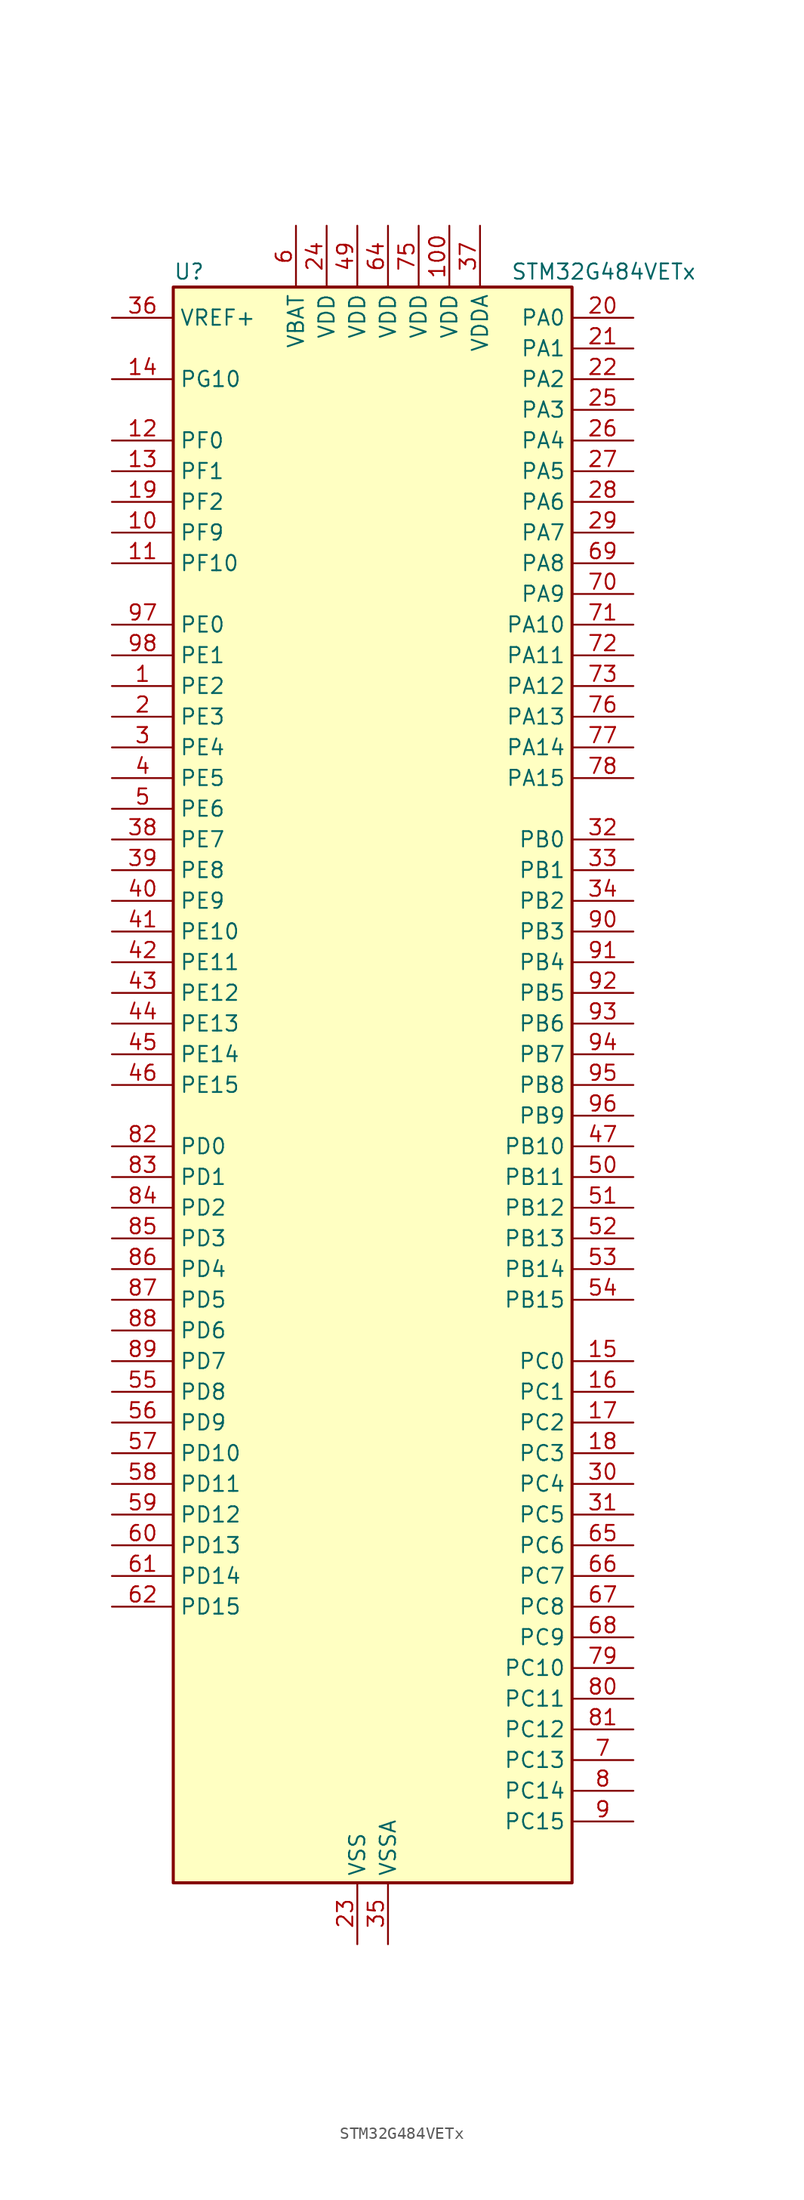
<source format=kicad_sym>
(kicad_symbol_lib
  (version 20220914)
  (generator kicad_symbol_editor)
  (symbol "STM32G484VETx"
    (property "Reference" "U"
      (at -15.24 67.31 0)
      (effects (font (size 1.27 1.27)) (justify left)))
    (property "Value" "STM32G484VETx"
      (at 12.7 67.31 0)
      (effects (font (size 1.27 1.27)) (justify left)))
    (property "ki_locked" ""
      (at 0 0 0)
      (effects (font (size 1.27 1.27))))
    (symbol "STM32G484VETx_0_1"
      (rectangle (start -15.24 -66.04) (end 17.78 66.04) (stroke (width 0.254) (type default)) (fill (type background))))
    (symbol "STM32G484VETx_1_1"
      (pin bidirectional line (at -20.32 33.02 0) (length 5.08) (name "PE2" (effects (font (size 1.27 1.27)))) (number "1" (effects (font (size 1.27 1.27)))) (alternate "ADC3_EXTI2" bidirectional line) (alternate "ADC4_EXTI2" bidirectional line) (alternate "ADC5_EXTI2" bidirectional line) (alternate "FMC_A23" bidirectional line) (alternate "SAI1_CK1" bidirectional line) (alternate "SAI1_MCLK_A" bidirectional line) (alternate "SPI4_SCK" bidirectional line) (alternate "SYS_TRACECLK" bidirectional line) (alternate "TIM20_CH1" bidirectional line) (alternate "TIM3_CH1" bidirectional line))
      (pin bidirectional line (at -20.32 45.72 0) (length 5.08) (name "PF9" (effects (font (size 1.27 1.27)))) (number "10" (effects (font (size 1.27 1.27)))) (alternate "DAC1_EXTI9" bidirectional line) (alternate "DAC2_EXTI9" bidirectional line) (alternate "DAC3_EXTI9" bidirectional line) (alternate "DAC4_EXTI9" bidirectional line) (alternate "FMC_A25" bidirectional line) (alternate "QUADSPI1_BK1_IO1" bidirectional line) (alternate "SAI1_FS_B" bidirectional line) (alternate "SPI2_SCK" bidirectional line) (alternate "TIM15_CH1" bidirectional line) (alternate "TIM20_BKIN" bidirectional line) (alternate "TIM5_CH4" bidirectional line))
      (pin power_in line (at 7.62 71.12 270) (length 5.08) (name "VDD" (effects (font (size 1.27 1.27)))) (number "100" (effects (font (size 1.27 1.27)))))
      (pin bidirectional line (at -20.32 43.18 0) (length 5.08) (name "PF10" (effects (font (size 1.27 1.27)))) (number "11" (effects (font (size 1.27 1.27)))) (alternate "DAC1_EXTI10" bidirectional line) (alternate "DAC2_EXTI10" bidirectional line) (alternate "DAC3_EXTI10" bidirectional line) (alternate "DAC4_EXTI10" bidirectional line) (alternate "FMC_A0" bidirectional line) (alternate "QUADSPI1_CLK" bidirectional line) (alternate "SAI1_D3" bidirectional line) (alternate "SPI2_SCK" bidirectional line) (alternate "TIM15_CH2" bidirectional line) (alternate "TIM20_BKIN2" bidirectional line))
      (pin bidirectional line (at -20.32 53.34 0) (length 5.08) (name "PF0" (effects (font (size 1.27 1.27)))) (number "12" (effects (font (size 1.27 1.27)))) (alternate "ADC1_IN10" bidirectional line) (alternate "I2C2_SDA" bidirectional line) (alternate "I2S2_WS" bidirectional line) (alternate "RCC_OSC_IN" bidirectional line) (alternate "SPI2_NSS" bidirectional line) (alternate "TIM1_CH3N" bidirectional line))
      (pin bidirectional line (at -20.32 50.8 0) (length 5.08) (name "PF1" (effects (font (size 1.27 1.27)))) (number "13" (effects (font (size 1.27 1.27)))) (alternate "ADC2_IN10" bidirectional line) (alternate "COMP3_INM" bidirectional line) (alternate "I2S2_CK" bidirectional line) (alternate "RCC_OSC_OUT" bidirectional line) (alternate "SPI2_SCK" bidirectional line))
      (pin bidirectional line (at -20.32 58.42 0) (length 5.08) (name "PG10" (effects (font (size 1.27 1.27)))) (number "14" (effects (font (size 1.27 1.27)))) (alternate "DAC1_EXTI10" bidirectional line) (alternate "DAC2_EXTI10" bidirectional line) (alternate "DAC3_EXTI10" bidirectional line) (alternate "DAC4_EXTI10" bidirectional line) (alternate "RCC_MCO" bidirectional line))
      (pin bidirectional line (at 22.86 -22.86 180) (length 5.08) (name "PC0" (effects (font (size 1.27 1.27)))) (number "15" (effects (font (size 1.27 1.27)))) (alternate "ADC1_IN6" bidirectional line) (alternate "ADC2_IN6" bidirectional line) (alternate "COMP3_INM" bidirectional line) (alternate "LPTIM1_IN1" bidirectional line) (alternate "LPUART1_RX" bidirectional line) (alternate "TIM1_CH1" bidirectional line))
      (pin bidirectional line (at 22.86 -25.4 180) (length 5.08) (name "PC1" (effects (font (size 1.27 1.27)))) (number "16" (effects (font (size 1.27 1.27)))) (alternate "ADC1_IN7" bidirectional line) (alternate "ADC2_IN7" bidirectional line) (alternate "COMP3_INP" bidirectional line) (alternate "LPTIM1_OUT" bidirectional line) (alternate "LPUART1_TX" bidirectional line) (alternate "QUADSPI1_BK2_IO0" bidirectional line) (alternate "SAI1_SD_A" bidirectional line) (alternate "TIM1_CH2" bidirectional line))
      (pin bidirectional line (at 22.86 -27.94 180) (length 5.08) (name "PC2" (effects (font (size 1.27 1.27)))) (number "17" (effects (font (size 1.27 1.27)))) (alternate "ADC1_IN8" bidirectional line) (alternate "ADC2_IN8" bidirectional line) (alternate "ADC3_EXTI2" bidirectional line) (alternate "ADC4_EXTI2" bidirectional line) (alternate "ADC5_EXTI2" bidirectional line) (alternate "COMP3_OUT" bidirectional line) (alternate "LPTIM1_IN2" bidirectional line) (alternate "QUADSPI1_BK2_IO1" bidirectional line) (alternate "TIM1_CH3" bidirectional line) (alternate "TIM20_CH2" bidirectional line))
      (pin bidirectional line (at 22.86 -30.48 180) (length 5.08) (name "PC3" (effects (font (size 1.27 1.27)))) (number "18" (effects (font (size 1.27 1.27)))) (alternate "ADC1_IN9" bidirectional line) (alternate "ADC2_IN9" bidirectional line) (alternate "ADC3_EXTI3" bidirectional line) (alternate "ADC4_EXTI3" bidirectional line) (alternate "ADC5_EXTI3" bidirectional line) (alternate "LPTIM1_ETR" bidirectional line) (alternate "OPAMP5_VINP" bidirectional line) (alternate "OPAMP5_VINP_SEC" bidirectional line) (alternate "QUADSPI1_BK2_IO2" bidirectional line) (alternate "SAI1_D1" bidirectional line) (alternate "SAI1_SD_A" bidirectional line) (alternate "TIM1_BKIN2" bidirectional line) (alternate "TIM1_CH4" bidirectional line))
      (pin bidirectional line (at -20.32 48.26 0) (length 5.08) (name "PF2" (effects (font (size 1.27 1.27)))) (number "19" (effects (font (size 1.27 1.27)))) (alternate "ADC3_EXTI2" bidirectional line) (alternate "ADC4_EXTI2" bidirectional line) (alternate "ADC5_EXTI2" bidirectional line) (alternate "FMC_A2" bidirectional line) (alternate "I2C2_SMBA" bidirectional line) (alternate "TIM20_CH3" bidirectional line))
      (pin bidirectional line (at -20.32 30.48 0) (length 5.08) (name "PE3" (effects (font (size 1.27 1.27)))) (number "2" (effects (font (size 1.27 1.27)))) (alternate "ADC3_EXTI3" bidirectional line) (alternate "ADC4_EXTI3" bidirectional line) (alternate "ADC5_EXTI3" bidirectional line) (alternate "FMC_A19" bidirectional line) (alternate "SAI1_SD_B" bidirectional line) (alternate "SPI4_NSS" bidirectional line) (alternate "SYS_TRACED0" bidirectional line) (alternate "TIM20_CH2" bidirectional line) (alternate "TIM3_CH2" bidirectional line))
      (pin bidirectional line (at 22.86 63.5 180) (length 5.08) (name "PA0" (effects (font (size 1.27 1.27)))) (number "20" (effects (font (size 1.27 1.27)))) (alternate "ADC1_IN1" bidirectional line) (alternate "ADC2_IN1" bidirectional line) (alternate "COMP1_INM" bidirectional line) (alternate "COMP1_OUT" bidirectional line) (alternate "COMP3_INP" bidirectional line) (alternate "RTC_TAMP2" bidirectional line) (alternate "SYS_WKUP1" bidirectional line) (alternate "TIM2_CH1" bidirectional line) (alternate "TIM2_ETR" bidirectional line) (alternate "TIM5_CH1" bidirectional line) (alternate "TIM8_BKIN" bidirectional line) (alternate "TIM8_ETR" bidirectional line) (alternate "USART2_CTS" bidirectional line) (alternate "USART2_NSS" bidirectional line))
      (pin bidirectional line (at 22.86 60.96 180) (length 5.08) (name "PA1" (effects (font (size 1.27 1.27)))) (number "21" (effects (font (size 1.27 1.27)))) (alternate "ADC1_IN2" bidirectional line) (alternate "ADC2_IN2" bidirectional line) (alternate "COMP1_INP" bidirectional line) (alternate "OPAMP1_VINP" bidirectional line) (alternate "OPAMP1_VINP_SEC" bidirectional line) (alternate "OPAMP3_VINP" bidirectional line) (alternate "OPAMP3_VINP_SEC" bidirectional line) (alternate "OPAMP6_VINM" bidirectional line) (alternate "OPAMP6_VINM0" bidirectional line) (alternate "OPAMP6_VINM_SEC" bidirectional line) (alternate "RTC_REFIN" bidirectional line) (alternate "TIM15_CH1N" bidirectional line) (alternate "TIM2_CH2" bidirectional line) (alternate "TIM5_CH2" bidirectional line) (alternate "USART2_DE" bidirectional line) (alternate "USART2_RTS" bidirectional line))
      (pin bidirectional line (at 22.86 58.42 180) (length 5.08) (name "PA2" (effects (font (size 1.27 1.27)))) (number "22" (effects (font (size 1.27 1.27)))) (alternate "ADC1_IN3" bidirectional line) (alternate "ADC3_EXTI2" bidirectional line) (alternate "ADC4_EXTI2" bidirectional line) (alternate "ADC5_EXTI2" bidirectional line) (alternate "COMP2_INM" bidirectional line) (alternate "COMP2_OUT" bidirectional line) (alternate "LPUART1_TX" bidirectional line) (alternate "OPAMP1_VOUT" bidirectional line) (alternate "QUADSPI1_BK1_NCS" bidirectional line) (alternate "RCC_LSCO" bidirectional line) (alternate "SYS_WKUP4" bidirectional line) (alternate "TIM15_CH1" bidirectional line) (alternate "TIM2_CH3" bidirectional line) (alternate "TIM5_CH3" bidirectional line) (alternate "UCPD1_FRSTX1" bidirectional line) (alternate "UCPD1_FRSTX2" bidirectional line) (alternate "USART2_TX" bidirectional line))
      (pin power_in line (at 0 -71.12 90) (length 5.08) (name "VSS" (effects (font (size 1.27 1.27)))) (number "23" (effects (font (size 1.27 1.27)))))
      (pin power_in line (at -2.54 71.12 270) (length 5.08) (name "VDD" (effects (font (size 1.27 1.27)))) (number "24" (effects (font (size 1.27 1.27)))))
      (pin bidirectional line (at 22.86 55.88 180) (length 5.08) (name "PA3" (effects (font (size 1.27 1.27)))) (number "25" (effects (font (size 1.27 1.27)))) (alternate "ADC1_IN4" bidirectional line) (alternate "ADC3_EXTI3" bidirectional line) (alternate "ADC4_EXTI3" bidirectional line) (alternate "ADC5_EXTI3" bidirectional line) (alternate "COMP2_INP" bidirectional line) (alternate "LPUART1_RX" bidirectional line) (alternate "OPAMP1_VINM" bidirectional line) (alternate "OPAMP1_VINM0" bidirectional line) (alternate "OPAMP1_VINM_SEC" bidirectional line) (alternate "OPAMP1_VINP" bidirectional line) (alternate "OPAMP1_VINP_SEC" bidirectional line) (alternate "OPAMP5_VINM" bidirectional line) (alternate "OPAMP5_VINM1" bidirectional line) (alternate "OPAMP5_VINM_SEC" bidirectional line) (alternate "QUADSPI1_CLK" bidirectional line) (alternate "SAI1_CK1" bidirectional line) (alternate "SAI1_MCLK_A" bidirectional line) (alternate "TIM15_CH2" bidirectional line) (alternate "TIM2_CH4" bidirectional line) (alternate "TIM5_CH4" bidirectional line) (alternate "USART2_RX" bidirectional line))
      (pin bidirectional line (at 22.86 53.34 180) (length 5.08) (name "PA4" (effects (font (size 1.27 1.27)))) (number "26" (effects (font (size 1.27 1.27)))) (alternate "ADC2_IN17" bidirectional line) (alternate "COMP1_INM" bidirectional line) (alternate "DAC1_OUT1" bidirectional line) (alternate "I2S3_WS" bidirectional line) (alternate "SAI1_FS_B" bidirectional line) (alternate "SPI1_NSS" bidirectional line) (alternate "SPI3_NSS" bidirectional line) (alternate "TIM3_CH2" bidirectional line) (alternate "USART2_CK" bidirectional line))
      (pin bidirectional line (at 22.86 50.8 180) (length 5.08) (name "PA5" (effects (font (size 1.27 1.27)))) (number "27" (effects (font (size 1.27 1.27)))) (alternate "ADC2_IN13" bidirectional line) (alternate "COMP2_INM" bidirectional line) (alternate "DAC1_OUT2" bidirectional line) (alternate "OPAMP2_VINM" bidirectional line) (alternate "OPAMP2_VINM0" bidirectional line) (alternate "OPAMP2_VINM_SEC" bidirectional line) (alternate "SPI1_SCK" bidirectional line) (alternate "TIM2_CH1" bidirectional line) (alternate "TIM2_ETR" bidirectional line) (alternate "UCPD1_FRSTX1" bidirectional line) (alternate "UCPD1_FRSTX2" bidirectional line))
      (pin bidirectional line (at 22.86 48.26 180) (length 5.08) (name "PA6" (effects (font (size 1.27 1.27)))) (number "28" (effects (font (size 1.27 1.27)))) (alternate "ADC2_IN3" bidirectional line) (alternate "COMP1_OUT" bidirectional line) (alternate "DAC2_OUT1" bidirectional line) (alternate "LPUART1_CTS" bidirectional line) (alternate "OPAMP2_VOUT" bidirectional line) (alternate "QUADSPI1_BK1_IO3" bidirectional line) (alternate "SPI1_MISO" bidirectional line) (alternate "TIM16_CH1" bidirectional line) (alternate "TIM1_BKIN" bidirectional line) (alternate "TIM3_CH1" bidirectional line) (alternate "TIM8_BKIN" bidirectional line))
      (pin bidirectional line (at 22.86 45.72 180) (length 5.08) (name "PA7" (effects (font (size 1.27 1.27)))) (number "29" (effects (font (size 1.27 1.27)))) (alternate "ADC2_IN4" bidirectional line) (alternate "COMP2_INP" bidirectional line) (alternate "COMP2_OUT" bidirectional line) (alternate "OPAMP1_VINP" bidirectional line) (alternate "OPAMP1_VINP_SEC" bidirectional line) (alternate "OPAMP2_VINP" bidirectional line) (alternate "OPAMP2_VINP_SEC" bidirectional line) (alternate "QUADSPI1_BK1_IO2" bidirectional line) (alternate "SPI1_MOSI" bidirectional line) (alternate "TIM17_CH1" bidirectional line) (alternate "TIM1_CH1N" bidirectional line) (alternate "TIM3_CH2" bidirectional line) (alternate "TIM8_CH1N" bidirectional line) (alternate "UCPD1_FRSTX1" bidirectional line) (alternate "UCPD1_FRSTX2" bidirectional line))
      (pin bidirectional line (at -20.32 27.94 0) (length 5.08) (name "PE4" (effects (font (size 1.27 1.27)))) (number "3" (effects (font (size 1.27 1.27)))) (alternate "FMC_A20" bidirectional line) (alternate "SAI1_D2" bidirectional line) (alternate "SAI1_FS_A" bidirectional line) (alternate "SPI4_NSS" bidirectional line) (alternate "SYS_TRACED1" bidirectional line) (alternate "TIM20_CH1N" bidirectional line) (alternate "TIM3_CH3" bidirectional line))
      (pin bidirectional line (at 22.86 -33.02 180) (length 5.08) (name "PC4" (effects (font (size 1.27 1.27)))) (number "30" (effects (font (size 1.27 1.27)))) (alternate "ADC2_IN5" bidirectional line) (alternate "I2C2_SCL" bidirectional line) (alternate "QUADSPI1_BK2_IO3" bidirectional line) (alternate "TIM1_ETR" bidirectional line) (alternate "USART1_TX" bidirectional line))
      (pin bidirectional line (at 22.86 -35.56 180) (length 5.08) (name "PC5" (effects (font (size 1.27 1.27)))) (number "31" (effects (font (size 1.27 1.27)))) (alternate "ADC2_IN11" bidirectional line) (alternate "HRTIM1_EEV10" bidirectional line) (alternate "OPAMP1_VINM" bidirectional line) (alternate "OPAMP1_VINM1" bidirectional line) (alternate "OPAMP1_VINM_SEC" bidirectional line) (alternate "OPAMP2_VINM" bidirectional line) (alternate "OPAMP2_VINM1" bidirectional line) (alternate "OPAMP2_VINM_SEC" bidirectional line) (alternate "SAI1_D3" bidirectional line) (alternate "SYS_WKUP5" bidirectional line) (alternate "TIM15_BKIN" bidirectional line) (alternate "TIM1_CH4N" bidirectional line) (alternate "USART1_RX" bidirectional line))
      (pin bidirectional line (at 22.86 20.32 180) (length 5.08) (name "PB0" (effects (font (size 1.27 1.27)))) (number "32" (effects (font (size 1.27 1.27)))) (alternate "ADC1_IN15" bidirectional line) (alternate "ADC3_IN12" bidirectional line) (alternate "COMP4_INP" bidirectional line) (alternate "HRTIM1_FLT5" bidirectional line) (alternate "OPAMP2_VINP" bidirectional line) (alternate "OPAMP2_VINP_SEC" bidirectional line) (alternate "OPAMP3_VINP" bidirectional line) (alternate "OPAMP3_VINP_SEC" bidirectional line) (alternate "QUADSPI1_BK1_IO1" bidirectional line) (alternate "TIM1_CH2N" bidirectional line) (alternate "TIM3_CH3" bidirectional line) (alternate "TIM8_CH2N" bidirectional line) (alternate "UCPD1_FRSTX1" bidirectional line) (alternate "UCPD1_FRSTX2" bidirectional line))
      (pin bidirectional line (at 22.86 17.78 180) (length 5.08) (name "PB1" (effects (font (size 1.27 1.27)))) (number "33" (effects (font (size 1.27 1.27)))) (alternate "ADC1_IN12" bidirectional line) (alternate "ADC3_IN1" bidirectional line) (alternate "COMP1_INP" bidirectional line) (alternate "COMP4_OUT" bidirectional line) (alternate "HRTIM1_SCOUT" bidirectional line) (alternate "LPUART1_DE" bidirectional line) (alternate "LPUART1_RTS" bidirectional line) (alternate "OPAMP3_VOUT" bidirectional line) (alternate "OPAMP6_VINM" bidirectional line) (alternate "OPAMP6_VINM1" bidirectional line) (alternate "OPAMP6_VINM_SEC" bidirectional line) (alternate "QUADSPI1_BK1_IO0" bidirectional line) (alternate "TIM1_CH3N" bidirectional line) (alternate "TIM3_CH4" bidirectional line) (alternate "TIM8_CH3N" bidirectional line))
      (pin bidirectional line (at 22.86 15.24 180) (length 5.08) (name "PB2" (effects (font (size 1.27 1.27)))) (number "34" (effects (font (size 1.27 1.27)))) (alternate "ADC2_IN12" bidirectional line) (alternate "ADC3_EXTI2" bidirectional line) (alternate "ADC4_EXTI2" bidirectional line) (alternate "ADC5_EXTI2" bidirectional line) (alternate "COMP4_INM" bidirectional line) (alternate "HRTIM1_SCIN" bidirectional line) (alternate "I2C3_SMBA" bidirectional line) (alternate "LPTIM1_OUT" bidirectional line) (alternate "OPAMP3_VINM" bidirectional line) (alternate "OPAMP3_VINM0" bidirectional line) (alternate "OPAMP3_VINM_SEC" bidirectional line) (alternate "QUADSPI1_BK2_IO1" bidirectional line) (alternate "RTC_OUT2" bidirectional line) (alternate "TIM20_CH1" bidirectional line) (alternate "TIM5_CH1" bidirectional line))
      (pin power_in line (at 2.54 -71.12 90) (length 5.08) (name "VSSA" (effects (font (size 1.27 1.27)))) (number "35" (effects (font (size 1.27 1.27)))))
      (pin input line (at -20.32 63.5 0) (length 5.08) (name "VREF+" (effects (font (size 1.27 1.27)))) (number "36" (effects (font (size 1.27 1.27)))) (alternate "VREFBUF_OUT" bidirectional line))
      (pin power_in line (at 10.16 71.12 270) (length 5.08) (name "VDDA" (effects (font (size 1.27 1.27)))) (number "37" (effects (font (size 1.27 1.27)))))
      (pin bidirectional line (at -20.32 20.32 0) (length 5.08) (name "PE7" (effects (font (size 1.27 1.27)))) (number "38" (effects (font (size 1.27 1.27)))) (alternate "ADC3_IN4" bidirectional line) (alternate "COMP4_INP" bidirectional line) (alternate "FMC_D4" bidirectional line) (alternate "FMC_DA4" bidirectional line) (alternate "SAI1_SD_B" bidirectional line) (alternate "TIM1_ETR" bidirectional line))
      (pin bidirectional line (at -20.32 17.78 0) (length 5.08) (name "PE8" (effects (font (size 1.27 1.27)))) (number "39" (effects (font (size 1.27 1.27)))) (alternate "ADC3_IN6" bidirectional line) (alternate "ADC4_IN6" bidirectional line) (alternate "ADC5_IN6" bidirectional line) (alternate "COMP4_INM" bidirectional line) (alternate "FMC_D5" bidirectional line) (alternate "FMC_DA5" bidirectional line) (alternate "SAI1_SCK_B" bidirectional line) (alternate "TIM1_CH1N" bidirectional line) (alternate "TIM5_CH3" bidirectional line))
      (pin bidirectional line (at -20.32 25.4 0) (length 5.08) (name "PE5" (effects (font (size 1.27 1.27)))) (number "4" (effects (font (size 1.27 1.27)))) (alternate "FMC_A21" bidirectional line) (alternate "SAI1_CK2" bidirectional line) (alternate "SAI1_SCK_A" bidirectional line) (alternate "SPI4_MISO" bidirectional line) (alternate "SYS_TRACED2" bidirectional line) (alternate "TIM20_CH2N" bidirectional line) (alternate "TIM3_CH4" bidirectional line))
      (pin bidirectional line (at -20.32 15.24 0) (length 5.08) (name "PE9" (effects (font (size 1.27 1.27)))) (number "40" (effects (font (size 1.27 1.27)))) (alternate "ADC3_IN2" bidirectional line) (alternate "DAC1_EXTI9" bidirectional line) (alternate "DAC2_EXTI9" bidirectional line) (alternate "DAC3_EXTI9" bidirectional line) (alternate "DAC4_EXTI9" bidirectional line) (alternate "FMC_D6" bidirectional line) (alternate "FMC_DA6" bidirectional line) (alternate "SAI1_FS_B" bidirectional line) (alternate "TIM1_CH1" bidirectional line) (alternate "TIM5_CH4" bidirectional line))
      (pin bidirectional line (at -20.32 12.7 0) (length 5.08) (name "PE10" (effects (font (size 1.27 1.27)))) (number "41" (effects (font (size 1.27 1.27)))) (alternate "ADC3_IN14" bidirectional line) (alternate "ADC4_IN14" bidirectional line) (alternate "ADC5_IN14" bidirectional line) (alternate "DAC1_EXTI10" bidirectional line) (alternate "DAC2_EXTI10" bidirectional line) (alternate "DAC3_EXTI10" bidirectional line) (alternate "DAC4_EXTI10" bidirectional line) (alternate "FMC_D7" bidirectional line) (alternate "FMC_DA7" bidirectional line) (alternate "QUADSPI1_CLK" bidirectional line) (alternate "SAI1_MCLK_B" bidirectional line) (alternate "TIM1_CH2N" bidirectional line))
      (pin bidirectional line (at -20.32 10.16 0) (length 5.08) (name "PE11" (effects (font (size 1.27 1.27)))) (number "42" (effects (font (size 1.27 1.27)))) (alternate "ADC1_EXTI11" bidirectional line) (alternate "ADC2_EXTI11" bidirectional line) (alternate "ADC3_IN15" bidirectional line) (alternate "ADC4_IN15" bidirectional line) (alternate "ADC5_IN15" bidirectional line) (alternate "FMC_D8" bidirectional line) (alternate "FMC_DA8" bidirectional line) (alternate "QUADSPI1_BK1_NCS" bidirectional line) (alternate "SPI4_NSS" bidirectional line) (alternate "TIM1_CH2" bidirectional line))
      (pin bidirectional line (at -20.32 7.62 0) (length 5.08) (name "PE12" (effects (font (size 1.27 1.27)))) (number "43" (effects (font (size 1.27 1.27)))) (alternate "ADC3_IN16" bidirectional line) (alternate "ADC4_IN16" bidirectional line) (alternate "ADC5_IN16" bidirectional line) (alternate "FMC_D9" bidirectional line) (alternate "FMC_DA9" bidirectional line) (alternate "QUADSPI1_BK1_IO0" bidirectional line) (alternate "SPI4_SCK" bidirectional line) (alternate "TIM1_CH3N" bidirectional line))
      (pin bidirectional line (at -20.32 5.08 0) (length 5.08) (name "PE13" (effects (font (size 1.27 1.27)))) (number "44" (effects (font (size 1.27 1.27)))) (alternate "ADC3_IN3" bidirectional line) (alternate "FMC_D10" bidirectional line) (alternate "FMC_DA10" bidirectional line) (alternate "QUADSPI1_BK1_IO1" bidirectional line) (alternate "SPI4_MISO" bidirectional line) (alternate "TIM1_CH3" bidirectional line))
      (pin bidirectional line (at -20.32 2.54 0) (length 5.08) (name "PE14" (effects (font (size 1.27 1.27)))) (number "45" (effects (font (size 1.27 1.27)))) (alternate "ADC4_IN1" bidirectional line) (alternate "FMC_D11" bidirectional line) (alternate "FMC_DA11" bidirectional line) (alternate "QUADSPI1_BK1_IO2" bidirectional line) (alternate "SPI4_MOSI" bidirectional line) (alternate "TIM1_BKIN2" bidirectional line) (alternate "TIM1_CH4" bidirectional line))
      (pin bidirectional line (at -20.32 0 0) (length 5.08) (name "PE15" (effects (font (size 1.27 1.27)))) (number "46" (effects (font (size 1.27 1.27)))) (alternate "ADC1_EXTI15" bidirectional line) (alternate "ADC2_EXTI15" bidirectional line) (alternate "ADC4_IN2" bidirectional line) (alternate "FMC_D12" bidirectional line) (alternate "FMC_DA12" bidirectional line) (alternate "QUADSPI1_BK1_IO3" bidirectional line) (alternate "TIM1_BKIN" bidirectional line) (alternate "TIM1_CH4N" bidirectional line) (alternate "USART3_RX" bidirectional line))
      (pin bidirectional line (at 22.86 -5.08 180) (length 5.08) (name "PB10" (effects (font (size 1.27 1.27)))) (number "47" (effects (font (size 1.27 1.27)))) (alternate "COMP5_INM" bidirectional line) (alternate "DAC1_EXTI10" bidirectional line) (alternate "DAC2_EXTI10" bidirectional line) (alternate "DAC3_EXTI10" bidirectional line) (alternate "DAC4_EXTI10" bidirectional line) (alternate "HRTIM1_FLT3" bidirectional line) (alternate "LPUART1_RX" bidirectional line) (alternate "OPAMP3_VINM" bidirectional line) (alternate "OPAMP3_VINM1" bidirectional line) (alternate "OPAMP3_VINM_SEC" bidirectional line) (alternate "OPAMP4_VINM" bidirectional line) (alternate "OPAMP4_VINM0" bidirectional line) (alternate "OPAMP4_VINM_SEC" bidirectional line) (alternate "QUADSPI1_CLK" bidirectional line) (alternate "SAI1_SCK_A" bidirectional line) (alternate "TIM1_BKIN" bidirectional line) (alternate "TIM2_CH3" bidirectional line) (alternate "USART3_TX" bidirectional line))
      (pin passive line (at 0 -71.12 90) (length 5.08) hide (name "VSS" (effects (font (size 1.27 1.27)))) (number "48" (effects (font (size 1.27 1.27)))))
      (pin power_in line (at 0 71.12 270) (length 5.08) (name "VDD" (effects (font (size 1.27 1.27)))) (number "49" (effects (font (size 1.27 1.27)))))
      (pin bidirectional line (at -20.32 22.86 0) (length 5.08) (name "PE6" (effects (font (size 1.27 1.27)))) (number "5" (effects (font (size 1.27 1.27)))) (alternate "FMC_A22" bidirectional line) (alternate "RTC_TAMP3" bidirectional line) (alternate "SAI1_D1" bidirectional line) (alternate "SAI1_SD_A" bidirectional line) (alternate "SPI4_MOSI" bidirectional line) (alternate "SYS_TRACED3" bidirectional line) (alternate "SYS_WKUP3" bidirectional line) (alternate "TIM20_CH3N" bidirectional line))
      (pin bidirectional line (at 22.86 -7.62 180) (length 5.08) (name "PB11" (effects (font (size 1.27 1.27)))) (number "50" (effects (font (size 1.27 1.27)))) (alternate "ADC1_EXTI11" bidirectional line) (alternate "ADC1_IN14" bidirectional line) (alternate "ADC2_EXTI11" bidirectional line) (alternate "ADC2_IN14" bidirectional line) (alternate "COMP6_INP" bidirectional line) (alternate "HRTIM1_FLT4" bidirectional line) (alternate "LPUART1_TX" bidirectional line) (alternate "OPAMP4_VINP" bidirectional line) (alternate "OPAMP4_VINP_SEC" bidirectional line) (alternate "OPAMP6_VOUT" bidirectional line) (alternate "QUADSPI1_BK1_NCS" bidirectional line) (alternate "TIM2_CH4" bidirectional line) (alternate "USART3_RX" bidirectional line))
      (pin bidirectional line (at 22.86 -10.16 180) (length 5.08) (name "PB12" (effects (font (size 1.27 1.27)))) (number "51" (effects (font (size 1.27 1.27)))) (alternate "ADC1_IN11" bidirectional line) (alternate "ADC4_IN3" bidirectional line) (alternate "COMP7_INM" bidirectional line) (alternate "FDCAN2_RX" bidirectional line) (alternate "HRTIM1_CHC1" bidirectional line) (alternate "I2C2_SMBA" bidirectional line) (alternate "I2S2_WS" bidirectional line) (alternate "LPUART1_DE" bidirectional line) (alternate "LPUART1_RTS" bidirectional line) (alternate "OPAMP4_VOUT" bidirectional line) (alternate "OPAMP6_VINP" bidirectional line) (alternate "OPAMP6_VINP_SEC" bidirectional line) (alternate "SPI2_NSS" bidirectional line) (alternate "TIM1_BKIN" bidirectional line) (alternate "TIM5_ETR" bidirectional line) (alternate "USART3_CK" bidirectional line))
      (pin bidirectional line (at 22.86 -12.7 180) (length 5.08) (name "PB13" (effects (font (size 1.27 1.27)))) (number "52" (effects (font (size 1.27 1.27)))) (alternate "ADC3_IN5" bidirectional line) (alternate "COMP5_INP" bidirectional line) (alternate "FDCAN2_TX" bidirectional line) (alternate "HRTIM1_CHC2" bidirectional line) (alternate "I2S2_CK" bidirectional line) (alternate "LPUART1_CTS" bidirectional line) (alternate "OPAMP3_VINP" bidirectional line) (alternate "OPAMP3_VINP_SEC" bidirectional line) (alternate "OPAMP4_VINP" bidirectional line) (alternate "OPAMP4_VINP_SEC" bidirectional line) (alternate "OPAMP6_VINP" bidirectional line) (alternate "OPAMP6_VINP_SEC" bidirectional line) (alternate "SPI2_SCK" bidirectional line) (alternate "TIM1_CH1N" bidirectional line) (alternate "USART3_CTS" bidirectional line) (alternate "USART3_NSS" bidirectional line))
      (pin bidirectional line (at 22.86 -15.24 180) (length 5.08) (name "PB14" (effects (font (size 1.27 1.27)))) (number "53" (effects (font (size 1.27 1.27)))) (alternate "ADC1_IN5" bidirectional line) (alternate "ADC4_IN4" bidirectional line) (alternate "COMP4_OUT" bidirectional line) (alternate "COMP7_INP" bidirectional line) (alternate "HRTIM1_CHD1" bidirectional line) (alternate "OPAMP2_VINP" bidirectional line) (alternate "OPAMP2_VINP_SEC" bidirectional line) (alternate "OPAMP5_VINP" bidirectional line) (alternate "OPAMP5_VINP_SEC" bidirectional line) (alternate "SPI2_MISO" bidirectional line) (alternate "TIM15_CH1" bidirectional line) (alternate "TIM1_CH2N" bidirectional line) (alternate "USART3_DE" bidirectional line) (alternate "USART3_RTS" bidirectional line))
      (pin bidirectional line (at 22.86 -17.78 180) (length 5.08) (name "PB15" (effects (font (size 1.27 1.27)))) (number "54" (effects (font (size 1.27 1.27)))) (alternate "ADC1_EXTI15" bidirectional line) (alternate "ADC2_EXTI15" bidirectional line) (alternate "ADC2_IN15" bidirectional line) (alternate "ADC4_IN5" bidirectional line) (alternate "COMP3_OUT" bidirectional line) (alternate "COMP6_INM" bidirectional line) (alternate "HRTIM1_CHD2" bidirectional line) (alternate "I2S2_SD" bidirectional line) (alternate "OPAMP5_VINM" bidirectional line) (alternate "OPAMP5_VINM0" bidirectional line) (alternate "OPAMP5_VINM_SEC" bidirectional line) (alternate "RTC_REFIN" bidirectional line) (alternate "SPI2_MOSI" bidirectional line) (alternate "TIM15_CH1N" bidirectional line) (alternate "TIM15_CH2" bidirectional line) (alternate "TIM1_CH3N" bidirectional line))
      (pin bidirectional line (at -20.32 -25.4 0) (length 5.08) (name "PD8" (effects (font (size 1.27 1.27)))) (number "55" (effects (font (size 1.27 1.27)))) (alternate "ADC4_IN12" bidirectional line) (alternate "ADC5_IN12" bidirectional line) (alternate "FMC_D13" bidirectional line) (alternate "FMC_DA13" bidirectional line) (alternate "OPAMP4_VINM" bidirectional line) (alternate "OPAMP4_VINM1" bidirectional line) (alternate "OPAMP4_VINM_SEC" bidirectional line) (alternate "USART3_TX" bidirectional line))
      (pin bidirectional line (at -20.32 -27.94 0) (length 5.08) (name "PD9" (effects (font (size 1.27 1.27)))) (number "56" (effects (font (size 1.27 1.27)))) (alternate "ADC4_IN13" bidirectional line) (alternate "ADC5_IN13" bidirectional line) (alternate "DAC1_EXTI9" bidirectional line) (alternate "DAC2_EXTI9" bidirectional line) (alternate "DAC3_EXTI9" bidirectional line) (alternate "DAC4_EXTI9" bidirectional line) (alternate "FMC_D14" bidirectional line) (alternate "FMC_DA14" bidirectional line) (alternate "OPAMP6_VINP" bidirectional line) (alternate "OPAMP6_VINP_SEC" bidirectional line) (alternate "USART3_RX" bidirectional line))
      (pin bidirectional line (at -20.32 -30.48 0) (length 5.08) (name "PD10" (effects (font (size 1.27 1.27)))) (number "57" (effects (font (size 1.27 1.27)))) (alternate "ADC3_IN7" bidirectional line) (alternate "ADC4_IN7" bidirectional line) (alternate "ADC5_IN7" bidirectional line) (alternate "COMP6_INM" bidirectional line) (alternate "DAC1_EXTI10" bidirectional line) (alternate "DAC2_EXTI10" bidirectional line) (alternate "DAC3_EXTI10" bidirectional line) (alternate "DAC4_EXTI10" bidirectional line) (alternate "FMC_D15" bidirectional line) (alternate "FMC_DA15" bidirectional line) (alternate "USART3_CK" bidirectional line))
      (pin bidirectional line (at -20.32 -33.02 0) (length 5.08) (name "PD11" (effects (font (size 1.27 1.27)))) (number "58" (effects (font (size 1.27 1.27)))) (alternate "ADC1_EXTI11" bidirectional line) (alternate "ADC2_EXTI11" bidirectional line) (alternate "ADC3_IN8" bidirectional line) (alternate "ADC4_IN8" bidirectional line) (alternate "ADC5_IN8" bidirectional line) (alternate "COMP6_INP" bidirectional line) (alternate "FMC_A16" bidirectional line) (alternate "FMC_CLE" bidirectional line) (alternate "I2C4_SMBA" bidirectional line) (alternate "OPAMP4_VINP" bidirectional line) (alternate "OPAMP4_VINP_SEC" bidirectional line) (alternate "TIM5_ETR" bidirectional line) (alternate "USART3_CTS" bidirectional line) (alternate "USART3_NSS" bidirectional line))
      (pin bidirectional line (at -20.32 -35.56 0) (length 5.08) (name "PD12" (effects (font (size 1.27 1.27)))) (number "59" (effects (font (size 1.27 1.27)))) (alternate "ADC3_IN9" bidirectional line) (alternate "ADC4_IN9" bidirectional line) (alternate "ADC5_IN9" bidirectional line) (alternate "COMP5_INP" bidirectional line) (alternate "FMC_A17" bidirectional line) (alternate "FMC_ALE" bidirectional line) (alternate "OPAMP5_VINP" bidirectional line) (alternate "OPAMP5_VINP_SEC" bidirectional line) (alternate "TIM4_CH1" bidirectional line) (alternate "USART3_DE" bidirectional line) (alternate "USART3_RTS" bidirectional line))
      (pin power_in line (at -5.08 71.12 270) (length 5.08) (name "VBAT" (effects (font (size 1.27 1.27)))) (number "6" (effects (font (size 1.27 1.27)))))
      (pin bidirectional line (at -20.32 -38.1 0) (length 5.08) (name "PD13" (effects (font (size 1.27 1.27)))) (number "60" (effects (font (size 1.27 1.27)))) (alternate "ADC3_IN10" bidirectional line) (alternate "ADC4_IN10" bidirectional line) (alternate "ADC5_IN10" bidirectional line) (alternate "COMP5_INM" bidirectional line) (alternate "FMC_A18" bidirectional line) (alternate "TIM4_CH2" bidirectional line))
      (pin bidirectional line (at -20.32 -40.64 0) (length 5.08) (name "PD14" (effects (font (size 1.27 1.27)))) (number "61" (effects (font (size 1.27 1.27)))) (alternate "ADC3_IN11" bidirectional line) (alternate "ADC4_IN11" bidirectional line) (alternate "ADC5_IN11" bidirectional line) (alternate "COMP7_INP" bidirectional line) (alternate "FMC_D0" bidirectional line) (alternate "FMC_DA0" bidirectional line) (alternate "OPAMP2_VINP" bidirectional line) (alternate "OPAMP2_VINP_SEC" bidirectional line) (alternate "TIM4_CH3" bidirectional line))
      (pin bidirectional line (at -20.32 -43.18 0) (length 5.08) (name "PD15" (effects (font (size 1.27 1.27)))) (number "62" (effects (font (size 1.27 1.27)))) (alternate "ADC1_EXTI15" bidirectional line) (alternate "ADC2_EXTI15" bidirectional line) (alternate "COMP7_INM" bidirectional line) (alternate "FMC_D1" bidirectional line) (alternate "FMC_DA1" bidirectional line) (alternate "SPI2_NSS" bidirectional line) (alternate "TIM4_CH4" bidirectional line))
      (pin passive line (at 0 -71.12 90) (length 5.08) hide (name "VSS" (effects (font (size 1.27 1.27)))) (number "63" (effects (font (size 1.27 1.27)))))
      (pin power_in line (at 2.54 71.12 270) (length 5.08) (name "VDD" (effects (font (size 1.27 1.27)))) (number "64" (effects (font (size 1.27 1.27)))))
      (pin bidirectional line (at 22.86 -38.1 180) (length 5.08) (name "PC6" (effects (font (size 1.27 1.27)))) (number "65" (effects (font (size 1.27 1.27)))) (alternate "COMP6_OUT" bidirectional line) (alternate "HRTIM1_CHF1" bidirectional line) (alternate "HRTIM1_EEV10" bidirectional line) (alternate "I2C4_SCL" bidirectional line) (alternate "I2S2_MCK" bidirectional line) (alternate "TIM3_CH1" bidirectional line) (alternate "TIM8_CH1" bidirectional line))
      (pin bidirectional line (at 22.86 -40.64 180) (length 5.08) (name "PC7" (effects (font (size 1.27 1.27)))) (number "66" (effects (font (size 1.27 1.27)))) (alternate "COMP5_OUT" bidirectional line) (alternate "HRTIM1_CHF2" bidirectional line) (alternate "HRTIM1_FLT5" bidirectional line) (alternate "I2C4_SDA" bidirectional line) (alternate "I2S3_MCK" bidirectional line) (alternate "TIM3_CH2" bidirectional line) (alternate "TIM8_CH2" bidirectional line))
      (pin bidirectional line (at 22.86 -43.18 180) (length 5.08) (name "PC8" (effects (font (size 1.27 1.27)))) (number "67" (effects (font (size 1.27 1.27)))) (alternate "COMP7_OUT" bidirectional line) (alternate "HRTIM1_CHE1" bidirectional line) (alternate "I2C3_SCL" bidirectional line) (alternate "TIM20_CH3" bidirectional line) (alternate "TIM3_CH3" bidirectional line) (alternate "TIM8_CH3" bidirectional line))
      (pin bidirectional line (at 22.86 -45.72 180) (length 5.08) (name "PC9" (effects (font (size 1.27 1.27)))) (number "68" (effects (font (size 1.27 1.27)))) (alternate "DAC1_EXTI9" bidirectional line) (alternate "DAC2_EXTI9" bidirectional line) (alternate "DAC3_EXTI9" bidirectional line) (alternate "DAC4_EXTI9" bidirectional line) (alternate "HRTIM1_CHE2" bidirectional line) (alternate "I2C3_SDA" bidirectional line) (alternate "I2S_CKIN" bidirectional line) (alternate "TIM3_CH4" bidirectional line) (alternate "TIM8_BKIN2" bidirectional line) (alternate "TIM8_CH4" bidirectional line))
      (pin bidirectional line (at 22.86 43.18 180) (length 5.08) (name "PA8" (effects (font (size 1.27 1.27)))) (number "69" (effects (font (size 1.27 1.27)))) (alternate "ADC5_IN1" bidirectional line) (alternate "COMP7_OUT" bidirectional line) (alternate "FDCAN3_RX" bidirectional line) (alternate "HRTIM1_CHA1" bidirectional line) (alternate "I2C2_SDA" bidirectional line) (alternate "I2C3_SCL" bidirectional line) (alternate "I2S2_MCK" bidirectional line) (alternate "OPAMP5_VOUT" bidirectional line) (alternate "RCC_MCO" bidirectional line) (alternate "SAI1_CK2" bidirectional line) (alternate "SAI1_SCK_A" bidirectional line) (alternate "TIM1_CH1" bidirectional line) (alternate "TIM4_ETR" bidirectional line) (alternate "USART1_CK" bidirectional line))
      (pin bidirectional line (at 22.86 -55.88 180) (length 5.08) (name "PC13" (effects (font (size 1.27 1.27)))) (number "7" (effects (font (size 1.27 1.27)))) (alternate "RTC_OUT1" bidirectional line) (alternate "RTC_TAMP1" bidirectional line) (alternate "RTC_TS" bidirectional line) (alternate "SYS_WKUP2" bidirectional line) (alternate "TIM1_BKIN" bidirectional line) (alternate "TIM1_CH1N" bidirectional line) (alternate "TIM8_CH4N" bidirectional line))
      (pin bidirectional line (at 22.86 40.64 180) (length 5.08) (name "PA9" (effects (font (size 1.27 1.27)))) (number "70" (effects (font (size 1.27 1.27)))) (alternate "ADC5_IN2" bidirectional line) (alternate "COMP5_OUT" bidirectional line) (alternate "DAC1_EXTI9" bidirectional line) (alternate "DAC2_EXTI9" bidirectional line) (alternate "DAC3_EXTI9" bidirectional line) (alternate "DAC4_EXTI9" bidirectional line) (alternate "HRTIM1_CHA2" bidirectional line) (alternate "I2C2_SCL" bidirectional line) (alternate "I2C3_SMBA" bidirectional line) (alternate "I2S3_MCK" bidirectional line) (alternate "SAI1_FS_A" bidirectional line) (alternate "TIM15_BKIN" bidirectional line) (alternate "TIM1_CH2" bidirectional line) (alternate "TIM2_CH3" bidirectional line) (alternate "UCPD1_DBCC1" bidirectional line) (alternate "USART1_TX" bidirectional line))
      (pin bidirectional line (at 22.86 38.1 180) (length 5.08) (name "PA10" (effects (font (size 1.27 1.27)))) (number "71" (effects (font (size 1.27 1.27)))) (alternate "COMP6_OUT" bidirectional line) (alternate "CRS_SYNC" bidirectional line) (alternate "DAC1_EXTI10" bidirectional line) (alternate "DAC2_EXTI10" bidirectional line) (alternate "DAC3_EXTI10" bidirectional line) (alternate "DAC4_EXTI10" bidirectional line) (alternate "HRTIM1_CHB1" bidirectional line) (alternate "I2C2_SMBA" bidirectional line) (alternate "SAI1_D1" bidirectional line) (alternate "SAI1_SD_A" bidirectional line) (alternate "SPI2_MISO" bidirectional line) (alternate "TIM17_BKIN" bidirectional line) (alternate "TIM1_CH3" bidirectional line) (alternate "TIM2_CH4" bidirectional line) (alternate "TIM8_BKIN" bidirectional line) (alternate "UCPD1_DBCC2" bidirectional line) (alternate "USART1_RX" bidirectional line))
      (pin bidirectional line (at 22.86 35.56 180) (length 5.08) (name "PA11" (effects (font (size 1.27 1.27)))) (number "72" (effects (font (size 1.27 1.27)))) (alternate "ADC1_EXTI11" bidirectional line) (alternate "ADC2_EXTI11" bidirectional line) (alternate "COMP1_OUT" bidirectional line) (alternate "FDCAN1_RX" bidirectional line) (alternate "HRTIM1_CHB2" bidirectional line) (alternate "I2S2_SD" bidirectional line) (alternate "SPI2_MOSI" bidirectional line) (alternate "TIM1_BKIN2" bidirectional line) (alternate "TIM1_CH1N" bidirectional line) (alternate "TIM1_CH4" bidirectional line) (alternate "TIM4_CH1" bidirectional line) (alternate "USART1_CTS" bidirectional line) (alternate "USART1_NSS" bidirectional line) (alternate "USB_DM" bidirectional line))
      (pin bidirectional line (at 22.86 33.02 180) (length 5.08) (name "PA12" (effects (font (size 1.27 1.27)))) (number "73" (effects (font (size 1.27 1.27)))) (alternate "COMP2_OUT" bidirectional line) (alternate "FDCAN1_TX" bidirectional line) (alternate "HRTIM1_FLT1" bidirectional line) (alternate "I2S_CKIN" bidirectional line) (alternate "TIM16_CH1" bidirectional line) (alternate "TIM1_CH2N" bidirectional line) (alternate "TIM1_ETR" bidirectional line) (alternate "TIM4_CH2" bidirectional line) (alternate "USART1_DE" bidirectional line) (alternate "USART1_RTS" bidirectional line) (alternate "USB_DP" bidirectional line))
      (pin passive line (at 0 -71.12 90) (length 5.08) hide (name "VSS" (effects (font (size 1.27 1.27)))) (number "74" (effects (font (size 1.27 1.27)))))
      (pin power_in line (at 5.08 71.12 270) (length 5.08) (name "VDD" (effects (font (size 1.27 1.27)))) (number "75" (effects (font (size 1.27 1.27)))))
      (pin bidirectional line (at 22.86 30.48 180) (length 5.08) (name "PA13" (effects (font (size 1.27 1.27)))) (number "76" (effects (font (size 1.27 1.27)))) (alternate "I2C1_SCL" bidirectional line) (alternate "I2C4_SCL" bidirectional line) (alternate "IR_OUT" bidirectional line) (alternate "SAI1_SD_B" bidirectional line) (alternate "SYS_JTMS-SWDIO" bidirectional line) (alternate "TIM16_CH1N" bidirectional line) (alternate "TIM4_CH3" bidirectional line) (alternate "USART3_CTS" bidirectional line) (alternate "USART3_NSS" bidirectional line))
      (pin bidirectional line (at 22.86 27.94 180) (length 5.08) (name "PA14" (effects (font (size 1.27 1.27)))) (number "77" (effects (font (size 1.27 1.27)))) (alternate "I2C1_SDA" bidirectional line) (alternate "I2C4_SMBA" bidirectional line) (alternate "LPTIM1_OUT" bidirectional line) (alternate "SAI1_FS_B" bidirectional line) (alternate "SYS_JTCK-SWCLK" bidirectional line) (alternate "TIM1_BKIN" bidirectional line) (alternate "TIM8_CH2" bidirectional line) (alternate "USART2_TX" bidirectional line))
      (pin bidirectional line (at 22.86 25.4 180) (length 5.08) (name "PA15" (effects (font (size 1.27 1.27)))) (number "78" (effects (font (size 1.27 1.27)))) (alternate "ADC1_EXTI15" bidirectional line) (alternate "ADC2_EXTI15" bidirectional line) (alternate "FDCAN3_TX" bidirectional line) (alternate "HRTIM1_FLT2" bidirectional line) (alternate "I2C1_SCL" bidirectional line) (alternate "I2S3_WS" bidirectional line) (alternate "SPI1_NSS" bidirectional line) (alternate "SPI3_NSS" bidirectional line) (alternate "SYS_JTDI" bidirectional line) (alternate "TIM1_BKIN" bidirectional line) (alternate "TIM2_CH1" bidirectional line) (alternate "TIM2_ETR" bidirectional line) (alternate "TIM8_CH1" bidirectional line) (alternate "UART4_DE" bidirectional line) (alternate "UART4_RTS" bidirectional line) (alternate "USART2_RX" bidirectional line))
      (pin bidirectional line (at 22.86 -48.26 180) (length 5.08) (name "PC10" (effects (font (size 1.27 1.27)))) (number "79" (effects (font (size 1.27 1.27)))) (alternate "DAC1_EXTI10" bidirectional line) (alternate "DAC2_EXTI10" bidirectional line) (alternate "DAC3_EXTI10" bidirectional line) (alternate "DAC4_EXTI10" bidirectional line) (alternate "HRTIM1_FLT6" bidirectional line) (alternate "I2S3_CK" bidirectional line) (alternate "SPI3_SCK" bidirectional line) (alternate "TIM8_CH1N" bidirectional line) (alternate "UART4_TX" bidirectional line) (alternate "USART3_TX" bidirectional line))
      (pin bidirectional line (at 22.86 -58.42 180) (length 5.08) (name "PC14" (effects (font (size 1.27 1.27)))) (number "8" (effects (font (size 1.27 1.27)))) (alternate "RCC_OSC32_IN" bidirectional line))
      (pin bidirectional line (at 22.86 -50.8 180) (length 5.08) (name "PC11" (effects (font (size 1.27 1.27)))) (number "80" (effects (font (size 1.27 1.27)))) (alternate "ADC1_EXTI11" bidirectional line) (alternate "ADC2_EXTI11" bidirectional line) (alternate "HRTIM1_EEV2" bidirectional line) (alternate "I2C3_SDA" bidirectional line) (alternate "SPI3_MISO" bidirectional line) (alternate "TIM8_CH2N" bidirectional line) (alternate "UART4_RX" bidirectional line) (alternate "USART3_RX" bidirectional line))
      (pin bidirectional line (at 22.86 -53.34 180) (length 5.08) (name "PC12" (effects (font (size 1.27 1.27)))) (number "81" (effects (font (size 1.27 1.27)))) (alternate "HRTIM1_EEV1" bidirectional line) (alternate "I2S3_SD" bidirectional line) (alternate "SPI3_MOSI" bidirectional line) (alternate "TIM5_CH2" bidirectional line) (alternate "TIM8_CH3N" bidirectional line) (alternate "UART5_TX" bidirectional line) (alternate "UCPD1_FRSTX1" bidirectional line) (alternate "UCPD1_FRSTX2" bidirectional line) (alternate "USART3_CK" bidirectional line))
      (pin bidirectional line (at -20.32 -5.08 0) (length 5.08) (name "PD0" (effects (font (size 1.27 1.27)))) (number "82" (effects (font (size 1.27 1.27)))) (alternate "FDCAN1_RX" bidirectional line) (alternate "FMC_D2" bidirectional line) (alternate "FMC_DA2" bidirectional line) (alternate "TIM8_CH4N" bidirectional line))
      (pin bidirectional line (at -20.32 -7.62 0) (length 5.08) (name "PD1" (effects (font (size 1.27 1.27)))) (number "83" (effects (font (size 1.27 1.27)))) (alternate "FDCAN1_TX" bidirectional line) (alternate "FMC_D3" bidirectional line) (alternate "FMC_DA3" bidirectional line) (alternate "TIM8_BKIN2" bidirectional line) (alternate "TIM8_CH4" bidirectional line))
      (pin bidirectional line (at -20.32 -10.16 0) (length 5.08) (name "PD2" (effects (font (size 1.27 1.27)))) (number "84" (effects (font (size 1.27 1.27)))) (alternate "ADC3_EXTI2" bidirectional line) (alternate "ADC4_EXTI2" bidirectional line) (alternate "ADC5_EXTI2" bidirectional line) (alternate "TIM3_ETR" bidirectional line) (alternate "TIM8_BKIN" bidirectional line) (alternate "UART5_RX" bidirectional line))
      (pin bidirectional line (at -20.32 -12.7 0) (length 5.08) (name "PD3" (effects (font (size 1.27 1.27)))) (number "85" (effects (font (size 1.27 1.27)))) (alternate "ADC3_EXTI3" bidirectional line) (alternate "ADC4_EXTI3" bidirectional line) (alternate "ADC5_EXTI3" bidirectional line) (alternate "FMC_CLK" bidirectional line) (alternate "QUADSPI1_BK2_NCS" bidirectional line) (alternate "TIM2_CH1" bidirectional line) (alternate "TIM2_ETR" bidirectional line) (alternate "USART2_CTS" bidirectional line) (alternate "USART2_NSS" bidirectional line))
      (pin bidirectional line (at -20.32 -15.24 0) (length 5.08) (name "PD4" (effects (font (size 1.27 1.27)))) (number "86" (effects (font (size 1.27 1.27)))) (alternate "FMC_NOE" bidirectional line) (alternate "QUADSPI1_BK2_IO0" bidirectional line) (alternate "TIM2_CH2" bidirectional line) (alternate "USART2_DE" bidirectional line) (alternate "USART2_RTS" bidirectional line))
      (pin bidirectional line (at -20.32 -17.78 0) (length 5.08) (name "PD5" (effects (font (size 1.27 1.27)))) (number "87" (effects (font (size 1.27 1.27)))) (alternate "FMC_NWE" bidirectional line) (alternate "QUADSPI1_BK2_IO1" bidirectional line) (alternate "USART2_TX" bidirectional line))
      (pin bidirectional line (at -20.32 -20.32 0) (length 5.08) (name "PD6" (effects (font (size 1.27 1.27)))) (number "88" (effects (font (size 1.27 1.27)))) (alternate "FMC_NWAIT" bidirectional line) (alternate "QUADSPI1_BK2_IO2" bidirectional line) (alternate "SAI1_D1" bidirectional line) (alternate "SAI1_SD_A" bidirectional line) (alternate "TIM2_CH4" bidirectional line) (alternate "USART2_RX" bidirectional line))
      (pin bidirectional line (at -20.32 -22.86 0) (length 5.08) (name "PD7" (effects (font (size 1.27 1.27)))) (number "89" (effects (font (size 1.27 1.27)))) (alternate "FMC_NCE" bidirectional line) (alternate "FMC_NE1" bidirectional line) (alternate "QUADSPI1_BK2_IO3" bidirectional line) (alternate "TIM2_CH3" bidirectional line) (alternate "USART2_CK" bidirectional line))
      (pin bidirectional line (at 22.86 -60.96 180) (length 5.08) (name "PC15" (effects (font (size 1.27 1.27)))) (number "9" (effects (font (size 1.27 1.27)))) (alternate "ADC1_EXTI15" bidirectional line) (alternate "ADC2_EXTI15" bidirectional line) (alternate "RCC_OSC32_OUT" bidirectional line))
      (pin bidirectional line (at 22.86 12.7 180) (length 5.08) (name "PB3" (effects (font (size 1.27 1.27)))) (number "90" (effects (font (size 1.27 1.27)))) (alternate "ADC3_EXTI3" bidirectional line) (alternate "ADC4_EXTI3" bidirectional line) (alternate "ADC5_EXTI3" bidirectional line) (alternate "CRS_SYNC" bidirectional line) (alternate "FDCAN3_RX" bidirectional line) (alternate "HRTIM1_EEV9" bidirectional line) (alternate "HRTIM1_SCOUT" bidirectional line) (alternate "I2S3_CK" bidirectional line) (alternate "SAI1_SCK_B" bidirectional line) (alternate "SPI1_SCK" bidirectional line) (alternate "SPI3_SCK" bidirectional line) (alternate "SYS_JTDO-SWO" bidirectional line) (alternate "TIM2_CH2" bidirectional line) (alternate "TIM3_ETR" bidirectional line) (alternate "TIM4_ETR" bidirectional line) (alternate "TIM8_CH1N" bidirectional line) (alternate "USART2_TX" bidirectional line))
      (pin bidirectional line (at 22.86 10.16 180) (length 5.08) (name "PB4" (effects (font (size 1.27 1.27)))) (number "91" (effects (font (size 1.27 1.27)))) (alternate "FDCAN3_TX" bidirectional line) (alternate "HRTIM1_EEV7" bidirectional line) (alternate "SAI1_MCLK_B" bidirectional line) (alternate "SPI1_MISO" bidirectional line) (alternate "SPI3_MISO" bidirectional line) (alternate "SYS_JTRST" bidirectional line) (alternate "TIM16_CH1" bidirectional line) (alternate "TIM17_BKIN" bidirectional line) (alternate "TIM3_CH1" bidirectional line) (alternate "TIM8_CH2N" bidirectional line) (alternate "UART5_DE" bidirectional line) (alternate "UART5_RTS" bidirectional line) (alternate "UCPD1_CC2" bidirectional line) (alternate "USART2_RX" bidirectional line))
      (pin bidirectional line (at 22.86 7.62 180) (length 5.08) (name "PB5" (effects (font (size 1.27 1.27)))) (number "92" (effects (font (size 1.27 1.27)))) (alternate "FDCAN2_RX" bidirectional line) (alternate "HRTIM1_EEV6" bidirectional line) (alternate "I2C1_SMBA" bidirectional line) (alternate "I2C3_SDA" bidirectional line) (alternate "I2S3_SD" bidirectional line) (alternate "LPTIM1_IN1" bidirectional line) (alternate "SAI1_SD_B" bidirectional line) (alternate "SPI1_MOSI" bidirectional line) (alternate "SPI3_MOSI" bidirectional line) (alternate "TIM16_BKIN" bidirectional line) (alternate "TIM17_CH1" bidirectional line) (alternate "TIM3_CH2" bidirectional line) (alternate "TIM8_CH3N" bidirectional line) (alternate "UART5_CTS" bidirectional line) (alternate "USART2_CK" bidirectional line))
      (pin bidirectional line (at 22.86 5.08 180) (length 5.08) (name "PB6" (effects (font (size 1.27 1.27)))) (number "93" (effects (font (size 1.27 1.27)))) (alternate "COMP4_OUT" bidirectional line) (alternate "FDCAN2_TX" bidirectional line) (alternate "HRTIM1_EEV4" bidirectional line) (alternate "HRTIM1_SCIN" bidirectional line) (alternate "LPTIM1_ETR" bidirectional line) (alternate "SAI1_FS_B" bidirectional line) (alternate "TIM16_CH1N" bidirectional line) (alternate "TIM4_CH1" bidirectional line) (alternate "TIM8_BKIN2" bidirectional line) (alternate "TIM8_CH1" bidirectional line) (alternate "TIM8_ETR" bidirectional line) (alternate "UCPD1_CC1" bidirectional line) (alternate "USART1_TX" bidirectional line))
      (pin bidirectional line (at 22.86 2.54 180) (length 5.08) (name "PB7" (effects (font (size 1.27 1.27)))) (number "94" (effects (font (size 1.27 1.27)))) (alternate "COMP3_OUT" bidirectional line) (alternate "FMC_NL" bidirectional line) (alternate "HRTIM1_EEV3" bidirectional line) (alternate "I2C1_SDA" bidirectional line) (alternate "I2C4_SDA" bidirectional line) (alternate "LPTIM1_IN2" bidirectional line) (alternate "SYS_PVD_IN" bidirectional line) (alternate "TIM17_CH1N" bidirectional line) (alternate "TIM3_CH4" bidirectional line) (alternate "TIM4_CH2" bidirectional line) (alternate "TIM8_BKIN" bidirectional line) (alternate "UART4_CTS" bidirectional line) (alternate "USART1_RX" bidirectional line))
      (pin bidirectional line (at 22.86 0 180) (length 5.08) (name "PB8" (effects (font (size 1.27 1.27)))) (number "95" (effects (font (size 1.27 1.27)))) (alternate "COMP1_OUT" bidirectional line) (alternate "FDCAN1_RX" bidirectional line) (alternate "HRTIM1_EEV8" bidirectional line) (alternate "I2C1_SCL" bidirectional line) (alternate "SAI1_CK1" bidirectional line) (alternate "SAI1_MCLK_A" bidirectional line) (alternate "TIM16_CH1" bidirectional line) (alternate "TIM1_BKIN" bidirectional line) (alternate "TIM4_CH3" bidirectional line) (alternate "TIM8_CH2" bidirectional line) (alternate "USART3_RX" bidirectional line))
      (pin bidirectional line (at 22.86 -2.54 180) (length 5.08) (name "PB9" (effects (font (size 1.27 1.27)))) (number "96" (effects (font (size 1.27 1.27)))) (alternate "COMP2_OUT" bidirectional line) (alternate "DAC1_EXTI9" bidirectional line) (alternate "DAC2_EXTI9" bidirectional line) (alternate "DAC3_EXTI9" bidirectional line) (alternate "DAC4_EXTI9" bidirectional line) (alternate "FDCAN1_TX" bidirectional line) (alternate "HRTIM1_EEV5" bidirectional line) (alternate "I2C1_SDA" bidirectional line) (alternate "IR_OUT" bidirectional line) (alternate "SAI1_D2" bidirectional line) (alternate "SAI1_FS_A" bidirectional line) (alternate "TIM17_CH1" bidirectional line) (alternate "TIM1_CH3N" bidirectional line) (alternate "TIM4_CH4" bidirectional line) (alternate "TIM8_CH3" bidirectional line) (alternate "USART3_TX" bidirectional line))
      (pin bidirectional line (at -20.32 38.1 0) (length 5.08) (name "PE0" (effects (font (size 1.27 1.27)))) (number "97" (effects (font (size 1.27 1.27)))) (alternate "FMC_NBL0" bidirectional line) (alternate "TIM16_CH1" bidirectional line) (alternate "TIM20_CH4N" bidirectional line) (alternate "TIM20_ETR" bidirectional line) (alternate "TIM4_ETR" bidirectional line) (alternate "USART1_TX" bidirectional line))
      (pin bidirectional line (at -20.32 35.56 0) (length 5.08) (name "PE1" (effects (font (size 1.27 1.27)))) (number "98" (effects (font (size 1.27 1.27)))) (alternate "FMC_NBL1" bidirectional line) (alternate "TIM17_CH1" bidirectional line) (alternate "TIM20_CH4" bidirectional line) (alternate "USART1_RX" bidirectional line))
      (pin passive line (at 0 -71.12 90) (length 5.08) hide (name "VSS" (effects (font (size 1.27 1.27)))) (number "99" (effects (font (size 1.27 1.27))))))))
</source>
